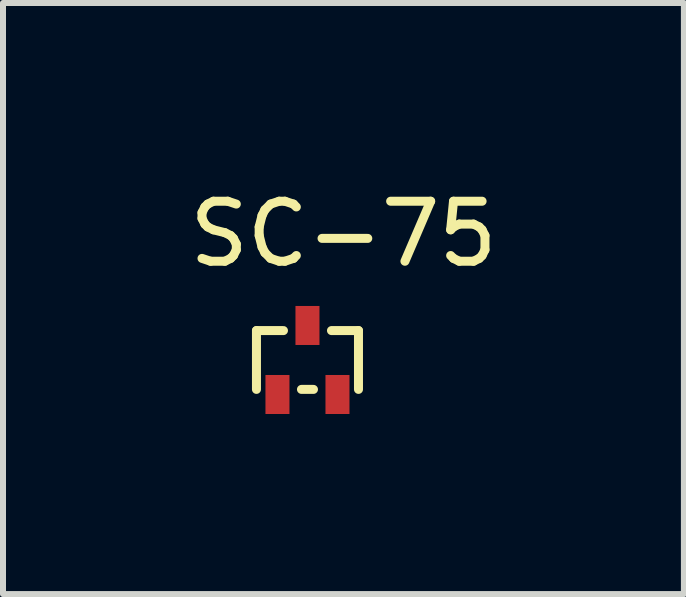
<source format=kicad_pcb>
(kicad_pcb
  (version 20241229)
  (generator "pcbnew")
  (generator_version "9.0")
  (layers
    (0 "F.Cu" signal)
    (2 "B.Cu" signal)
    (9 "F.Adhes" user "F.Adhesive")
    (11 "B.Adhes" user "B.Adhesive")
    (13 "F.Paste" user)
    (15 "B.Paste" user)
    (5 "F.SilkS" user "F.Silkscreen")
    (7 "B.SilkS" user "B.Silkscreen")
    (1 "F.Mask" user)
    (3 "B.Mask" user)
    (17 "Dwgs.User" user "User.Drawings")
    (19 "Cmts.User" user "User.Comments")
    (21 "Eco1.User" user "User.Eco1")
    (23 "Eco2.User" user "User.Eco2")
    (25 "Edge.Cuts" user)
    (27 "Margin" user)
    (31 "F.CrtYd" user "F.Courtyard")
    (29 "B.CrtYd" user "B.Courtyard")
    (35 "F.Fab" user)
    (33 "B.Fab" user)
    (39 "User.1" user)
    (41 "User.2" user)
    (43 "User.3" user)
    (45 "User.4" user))
  (footprint "SC-75"
    (layer "F.Cu")
    (at 2.073 2.948)
    (property "Reference" "SC-75" (at 0.6 -2.1 0) (layer "F.SilkS") (effects (font (size 1 1) (thickness 0.15))))
    (attr smd)
    (fp_line (start -0.85 -0.49) (end -0.85 0.49) (stroke (width 0.15) (type solid)) (layer "F.SilkS"))
    (fp_line (start -0.85 -0.49) (end -0.4 -0.49) (stroke (width 0.15) (type solid)) (layer "F.SilkS"))
    (fp_line (start -0.1 0.49) (end 0.1 0.49) (stroke (width 0.15) (type solid)) (layer "F.SilkS"))
    (fp_line (start 0.4 -0.49) (end 0.85 -0.49) (stroke (width 0.15) (type solid)) (layer "F.SilkS"))
    (fp_line (start 0.85 -0.49) (end 0.85 0.49) (stroke (width 0.15) (type solid)) (layer "F.SilkS"))
    (pad "1" smd rect (at -0.5 0.575) (size 0.4 0.65) (layers "F.Cu" "F.Mask" "F.Paste"))
    (pad "2" smd rect (at 0.5 0.575) (size 0.4 0.65) (layers "F.Cu" "F.Mask" "F.Paste"))
    (pad "3" smd rect (at 0 -0.575) (size 0.4 0.65) (layers "F.Cu" "F.Mask" "F.Paste")))
  (gr_rect
    (start -3 -3)
    (end 8.345 6.848)
    (stroke (width 0.1) (type default))
    (fill no)
    (layer "Edge.Cuts")))
</source>
